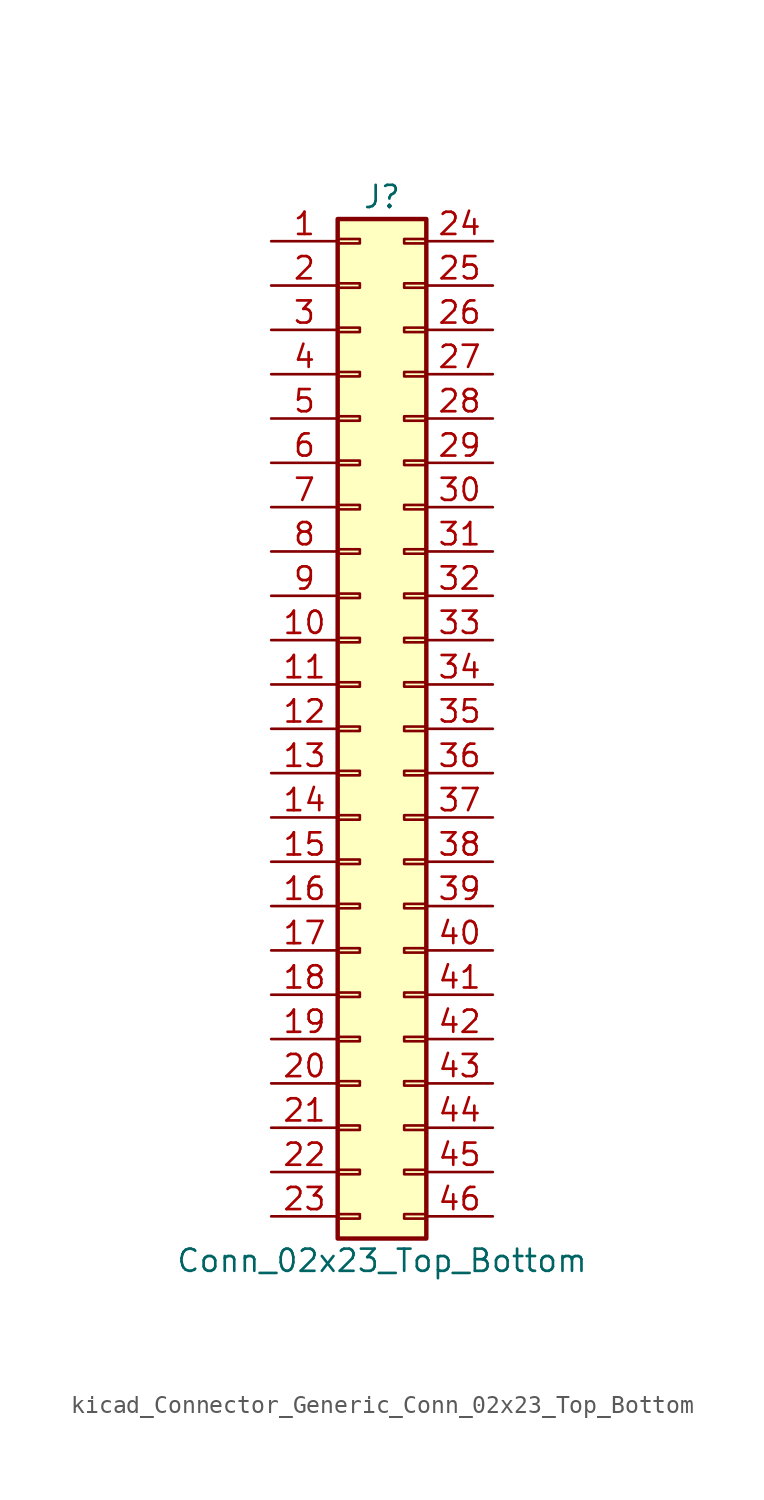
<source format=kicad_sym>
(kicad_symbol_lib
  (version 20220914)
  (generator kicad_symbol_editor)
  (symbol "kicad_Connector_Generic_Conn_02x23_Top_Bottom"
    (pin_names
      (offset 1.016) hide)
    (property "Reference" "J"
      (at 1.27 30.48 0)
      (effects (font (size 1.27 1.27))))
    (property "Value" "Conn_02x23_Top_Bottom"
      (at 1.27 -30.48 0)
      (effects (font (size 1.27 1.27))))
    (symbol "kicad_Connector_Generic_Conn_02x23_Top_Bottom_1_1"
      (rectangle (start -1.27 -27.813) (end 0 -28.067) (stroke (width 0.152) (type default)) (fill (type none)))
      (rectangle (start -1.27 -25.273) (end 0 -25.527) (stroke (width 0.152) (type default)) (fill (type none)))
      (rectangle (start -1.27 -22.733) (end 0 -22.987) (stroke (width 0.152) (type default)) (fill (type none)))
      (rectangle (start -1.27 -20.193) (end 0 -20.447) (stroke (width 0.152) (type default)) (fill (type none)))
      (rectangle (start -1.27 -17.653) (end 0 -17.907) (stroke (width 0.152) (type default)) (fill (type none)))
      (rectangle (start -1.27 -15.113) (end 0 -15.367) (stroke (width 0.152) (type default)) (fill (type none)))
      (rectangle (start -1.27 -12.573) (end 0 -12.827) (stroke (width 0.152) (type default)) (fill (type none)))
      (rectangle (start -1.27 -10.033) (end 0 -10.287) (stroke (width 0.152) (type default)) (fill (type none)))
      (rectangle (start -1.27 -7.493) (end 0 -7.747) (stroke (width 0.152) (type default)) (fill (type none)))
      (rectangle (start -1.27 -4.953) (end 0 -5.207) (stroke (width 0.152) (type default)) (fill (type none)))
      (rectangle (start -1.27 -2.413) (end 0 -2.667) (stroke (width 0.152) (type default)) (fill (type none)))
      (rectangle (start -1.27 0.127) (end 0 -0.127) (stroke (width 0.152) (type default)) (fill (type none)))
      (rectangle (start -1.27 2.667) (end 0 2.413) (stroke (width 0.152) (type default)) (fill (type none)))
      (rectangle (start -1.27 5.207) (end 0 4.953) (stroke (width 0.152) (type default)) (fill (type none)))
      (rectangle (start -1.27 7.747) (end 0 7.493) (stroke (width 0.152) (type default)) (fill (type none)))
      (rectangle (start -1.27 10.287) (end 0 10.033) (stroke (width 0.152) (type default)) (fill (type none)))
      (rectangle (start -1.27 12.827) (end 0 12.573) (stroke (width 0.152) (type default)) (fill (type none)))
      (rectangle (start -1.27 15.367) (end 0 15.113) (stroke (width 0.152) (type default)) (fill (type none)))
      (rectangle (start -1.27 17.907) (end 0 17.653) (stroke (width 0.152) (type default)) (fill (type none)))
      (rectangle (start -1.27 20.447) (end 0 20.193) (stroke (width 0.152) (type default)) (fill (type none)))
      (rectangle (start -1.27 22.987) (end 0 22.733) (stroke (width 0.152) (type default)) (fill (type none)))
      (rectangle (start -1.27 25.527) (end 0 25.273) (stroke (width 0.152) (type default)) (fill (type none)))
      (rectangle (start -1.27 28.067) (end 0 27.813) (stroke (width 0.152) (type default)) (fill (type none)))
      (rectangle (start -1.27 29.21) (end 3.81 -29.21) (stroke (width 0.254) (type default)) (fill (type background)))
      (rectangle (start 3.81 -27.813) (end 2.54 -28.067) (stroke (width 0.152) (type default)) (fill (type none)))
      (rectangle (start 3.81 -25.273) (end 2.54 -25.527) (stroke (width 0.152) (type default)) (fill (type none)))
      (rectangle (start 3.81 -22.733) (end 2.54 -22.987) (stroke (width 0.152) (type default)) (fill (type none)))
      (rectangle (start 3.81 -20.193) (end 2.54 -20.447) (stroke (width 0.152) (type default)) (fill (type none)))
      (rectangle (start 3.81 -17.653) (end 2.54 -17.907) (stroke (width 0.152) (type default)) (fill (type none)))
      (rectangle (start 3.81 -15.113) (end 2.54 -15.367) (stroke (width 0.152) (type default)) (fill (type none)))
      (rectangle (start 3.81 -12.573) (end 2.54 -12.827) (stroke (width 0.152) (type default)) (fill (type none)))
      (rectangle (start 3.81 -10.033) (end 2.54 -10.287) (stroke (width 0.152) (type default)) (fill (type none)))
      (rectangle (start 3.81 -7.493) (end 2.54 -7.747) (stroke (width 0.152) (type default)) (fill (type none)))
      (rectangle (start 3.81 -4.953) (end 2.54 -5.207) (stroke (width 0.152) (type default)) (fill (type none)))
      (rectangle (start 3.81 -2.413) (end 2.54 -2.667) (stroke (width 0.152) (type default)) (fill (type none)))
      (rectangle (start 3.81 0.127) (end 2.54 -0.127) (stroke (width 0.152) (type default)) (fill (type none)))
      (rectangle (start 3.81 2.667) (end 2.54 2.413) (stroke (width 0.152) (type default)) (fill (type none)))
      (rectangle (start 3.81 5.207) (end 2.54 4.953) (stroke (width 0.152) (type default)) (fill (type none)))
      (rectangle (start 3.81 7.747) (end 2.54 7.493) (stroke (width 0.152) (type default)) (fill (type none)))
      (rectangle (start 3.81 10.287) (end 2.54 10.033) (stroke (width 0.152) (type default)) (fill (type none)))
      (rectangle (start 3.81 12.827) (end 2.54 12.573) (stroke (width 0.152) (type default)) (fill (type none)))
      (rectangle (start 3.81 15.367) (end 2.54 15.113) (stroke (width 0.152) (type default)) (fill (type none)))
      (rectangle (start 3.81 17.907) (end 2.54 17.653) (stroke (width 0.152) (type default)) (fill (type none)))
      (rectangle (start 3.81 20.447) (end 2.54 20.193) (stroke (width 0.152) (type default)) (fill (type none)))
      (rectangle (start 3.81 22.987) (end 2.54 22.733) (stroke (width 0.152) (type default)) (fill (type none)))
      (rectangle (start 3.81 25.527) (end 2.54 25.273) (stroke (width 0.152) (type default)) (fill (type none)))
      (rectangle (start 3.81 28.067) (end 2.54 27.813) (stroke (width 0.152) (type default)) (fill (type none)))
      (pin passive line (at -5.08 27.94 0) (length 3.81) (name "Pin_1" (effects (font (size 1.27 1.27)))) (number "1" (effects (font (size 1.27 1.27)))))
      (pin passive line (at -5.08 5.08 0) (length 3.81) (name "Pin_10" (effects (font (size 1.27 1.27)))) (number "10" (effects (font (size 1.27 1.27)))))
      (pin passive line (at -5.08 2.54 0) (length 3.81) (name "Pin_11" (effects (font (size 1.27 1.27)))) (number "11" (effects (font (size 1.27 1.27)))))
      (pin passive line (at -5.08 0 0) (length 3.81) (name "Pin_12" (effects (font (size 1.27 1.27)))) (number "12" (effects (font (size 1.27 1.27)))))
      (pin passive line (at -5.08 -2.54 0) (length 3.81) (name "Pin_13" (effects (font (size 1.27 1.27)))) (number "13" (effects (font (size 1.27 1.27)))))
      (pin passive line (at -5.08 -5.08 0) (length 3.81) (name "Pin_14" (effects (font (size 1.27 1.27)))) (number "14" (effects (font (size 1.27 1.27)))))
      (pin passive line (at -5.08 -7.62 0) (length 3.81) (name "Pin_15" (effects (font (size 1.27 1.27)))) (number "15" (effects (font (size 1.27 1.27)))))
      (pin passive line (at -5.08 -10.16 0) (length 3.81) (name "Pin_16" (effects (font (size 1.27 1.27)))) (number "16" (effects (font (size 1.27 1.27)))))
      (pin passive line (at -5.08 -12.7 0) (length 3.81) (name "Pin_17" (effects (font (size 1.27 1.27)))) (number "17" (effects (font (size 1.27 1.27)))))
      (pin passive line (at -5.08 -15.24 0) (length 3.81) (name "Pin_18" (effects (font (size 1.27 1.27)))) (number "18" (effects (font (size 1.27 1.27)))))
      (pin passive line (at -5.08 -17.78 0) (length 3.81) (name "Pin_19" (effects (font (size 1.27 1.27)))) (number "19" (effects (font (size 1.27 1.27)))))
      (pin passive line (at -5.08 25.4 0) (length 3.81) (name "Pin_2" (effects (font (size 1.27 1.27)))) (number "2" (effects (font (size 1.27 1.27)))))
      (pin passive line (at -5.08 -20.32 0) (length 3.81) (name "Pin_20" (effects (font (size 1.27 1.27)))) (number "20" (effects (font (size 1.27 1.27)))))
      (pin passive line (at -5.08 -22.86 0) (length 3.81) (name "Pin_21" (effects (font (size 1.27 1.27)))) (number "21" (effects (font (size 1.27 1.27)))))
      (pin passive line (at -5.08 -25.4 0) (length 3.81) (name "Pin_22" (effects (font (size 1.27 1.27)))) (number "22" (effects (font (size 1.27 1.27)))))
      (pin passive line (at -5.08 -27.94 0) (length 3.81) (name "Pin_23" (effects (font (size 1.27 1.27)))) (number "23" (effects (font (size 1.27 1.27)))))
      (pin passive line (at 7.62 27.94 180) (length 3.81) (name "Pin_24" (effects (font (size 1.27 1.27)))) (number "24" (effects (font (size 1.27 1.27)))))
      (pin passive line (at 7.62 25.4 180) (length 3.81) (name "Pin_25" (effects (font (size 1.27 1.27)))) (number "25" (effects (font (size 1.27 1.27)))))
      (pin passive line (at 7.62 22.86 180) (length 3.81) (name "Pin_26" (effects (font (size 1.27 1.27)))) (number "26" (effects (font (size 1.27 1.27)))))
      (pin passive line (at 7.62 20.32 180) (length 3.81) (name "Pin_27" (effects (font (size 1.27 1.27)))) (number "27" (effects (font (size 1.27 1.27)))))
      (pin passive line (at 7.62 17.78 180) (length 3.81) (name "Pin_28" (effects (font (size 1.27 1.27)))) (number "28" (effects (font (size 1.27 1.27)))))
      (pin passive line (at 7.62 15.24 180) (length 3.81) (name "Pin_29" (effects (font (size 1.27 1.27)))) (number "29" (effects (font (size 1.27 1.27)))))
      (pin passive line (at -5.08 22.86 0) (length 3.81) (name "Pin_3" (effects (font (size 1.27 1.27)))) (number "3" (effects (font (size 1.27 1.27)))))
      (pin passive line (at 7.62 12.7 180) (length 3.81) (name "Pin_30" (effects (font (size 1.27 1.27)))) (number "30" (effects (font (size 1.27 1.27)))))
      (pin passive line (at 7.62 10.16 180) (length 3.81) (name "Pin_31" (effects (font (size 1.27 1.27)))) (number "31" (effects (font (size 1.27 1.27)))))
      (pin passive line (at 7.62 7.62 180) (length 3.81) (name "Pin_32" (effects (font (size 1.27 1.27)))) (number "32" (effects (font (size 1.27 1.27)))))
      (pin passive line (at 7.62 5.08 180) (length 3.81) (name "Pin_33" (effects (font (size 1.27 1.27)))) (number "33" (effects (font (size 1.27 1.27)))))
      (pin passive line (at 7.62 2.54 180) (length 3.81) (name "Pin_34" (effects (font (size 1.27 1.27)))) (number "34" (effects (font (size 1.27 1.27)))))
      (pin passive line (at 7.62 0 180) (length 3.81) (name "Pin_35" (effects (font (size 1.27 1.27)))) (number "35" (effects (font (size 1.27 1.27)))))
      (pin passive line (at 7.62 -2.54 180) (length 3.81) (name "Pin_36" (effects (font (size 1.27 1.27)))) (number "36" (effects (font (size 1.27 1.27)))))
      (pin passive line (at 7.62 -5.08 180) (length 3.81) (name "Pin_37" (effects (font (size 1.27 1.27)))) (number "37" (effects (font (size 1.27 1.27)))))
      (pin passive line (at 7.62 -7.62 180) (length 3.81) (name "Pin_38" (effects (font (size 1.27 1.27)))) (number "38" (effects (font (size 1.27 1.27)))))
      (pin passive line (at 7.62 -10.16 180) (length 3.81) (name "Pin_39" (effects (font (size 1.27 1.27)))) (number "39" (effects (font (size 1.27 1.27)))))
      (pin passive line (at -5.08 20.32 0) (length 3.81) (name "Pin_4" (effects (font (size 1.27 1.27)))) (number "4" (effects (font (size 1.27 1.27)))))
      (pin passive line (at 7.62 -12.7 180) (length 3.81) (name "Pin_40" (effects (font (size 1.27 1.27)))) (number "40" (effects (font (size 1.27 1.27)))))
      (pin passive line (at 7.62 -15.24 180) (length 3.81) (name "Pin_41" (effects (font (size 1.27 1.27)))) (number "41" (effects (font (size 1.27 1.27)))))
      (pin passive line (at 7.62 -17.78 180) (length 3.81) (name "Pin_42" (effects (font (size 1.27 1.27)))) (number "42" (effects (font (size 1.27 1.27)))))
      (pin passive line (at 7.62 -20.32 180) (length 3.81) (name "Pin_43" (effects (font (size 1.27 1.27)))) (number "43" (effects (font (size 1.27 1.27)))))
      (pin passive line (at 7.62 -22.86 180) (length 3.81) (name "Pin_44" (effects (font (size 1.27 1.27)))) (number "44" (effects (font (size 1.27 1.27)))))
      (pin passive line (at 7.62 -25.4 180) (length 3.81) (name "Pin_45" (effects (font (size 1.27 1.27)))) (number "45" (effects (font (size 1.27 1.27)))))
      (pin passive line (at 7.62 -27.94 180) (length 3.81) (name "Pin_46" (effects (font (size 1.27 1.27)))) (number "46" (effects (font (size 1.27 1.27)))))
      (pin passive line (at -5.08 17.78 0) (length 3.81) (name "Pin_5" (effects (font (size 1.27 1.27)))) (number "5" (effects (font (size 1.27 1.27)))))
      (pin passive line (at -5.08 15.24 0) (length 3.81) (name "Pin_6" (effects (font (size 1.27 1.27)))) (number "6" (effects (font (size 1.27 1.27)))))
      (pin passive line (at -5.08 12.7 0) (length 3.81) (name "Pin_7" (effects (font (size 1.27 1.27)))) (number "7" (effects (font (size 1.27 1.27)))))
      (pin passive line (at -5.08 10.16 0) (length 3.81) (name "Pin_8" (effects (font (size 1.27 1.27)))) (number "8" (effects (font (size 1.27 1.27)))))
      (pin passive line (at -5.08 7.62 0) (length 3.81) (name "Pin_9" (effects (font (size 1.27 1.27)))) (number "9" (effects (font (size 1.27 1.27))))))))
</source>
